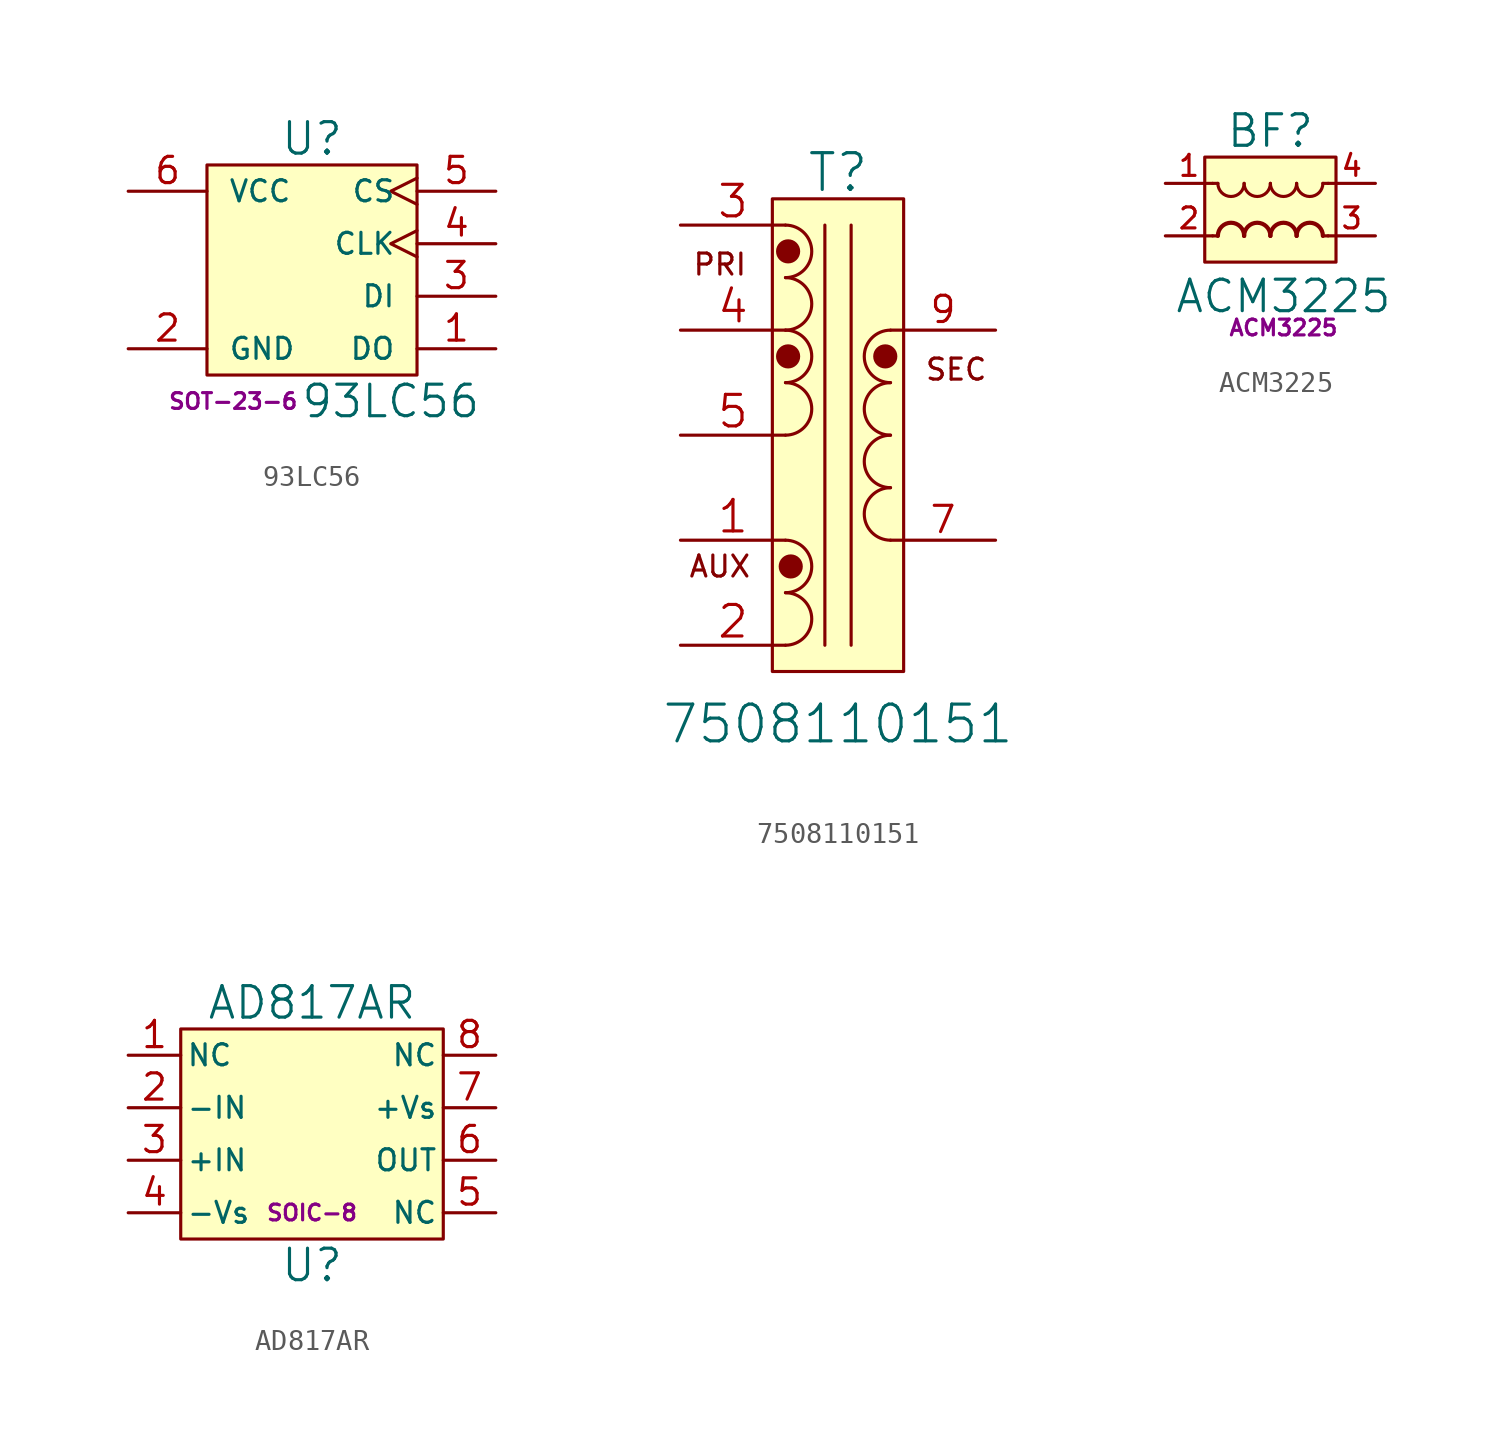
<source format=kicad_sym>
(kicad_symbol_lib
  (version 20220914)
  (generator kicad_symbol_editor)
  (symbol "93LC56"
    (pin_names
      (offset 1.016))
    (property "Reference" "U"
      (at 0 6.35 0)
      (effects (font (size 1.524 1.524))))
    (property "Value" "93LC56"
      (at 3.81 -6.35 0)
      (effects (font (size 1.524 1.524))))
    (property "Footprint" "SOT-23-6"
      (at -3.81 -6.35 0)
      (effects (font (size 0.762 0.762))))
    (property "Datasheet" ""
      (at 0 0 0)
      (effects (font (size 1.524 1.524))))
    (symbol "93LC56_0_1"
      (rectangle (start -5.08 5.08) (end 5.08 -5.08) (stroke (width 0) (type default)) (fill (type background))))
    (symbol "93LC56_1_1"
      (pin input line (at 8.89 -3.81 180) (length 3.81) (name "DO" (effects (font (size 1.016 1.016)))) (number "1" (effects (font (size 1.27 1.27)))))
      (pin input line (at -8.89 -3.81 0) (length 3.81) (name "GND" (effects (font (size 1.016 1.016)))) (number "2" (effects (font (size 1.27 1.27)))))
      (pin input line (at 8.89 -1.27 180) (length 3.81) (name "DI" (effects (font (size 1.016 1.016)))) (number "3" (effects (font (size 1.27 1.27)))))
      (pin input clock (at 8.89 1.27 180) (length 3.81) (name "CLK" (effects (font (size 1.016 1.016)))) (number "4" (effects (font (size 1.27 1.27)))))
      (pin input clock (at 8.89 3.81 180) (length 3.81) (name "CS" (effects (font (size 1.016 1.016)))) (number "5" (effects (font (size 1.27 1.27)))))
      (pin input line (at -8.89 3.81 0) (length 3.81) (name "VCC" (effects (font (size 1.016 1.016)))) (number "6" (effects (font (size 1.27 1.27)))))))
  (symbol "7508110151"
    (pin_names
      (offset 0.254) hide)
    (property "Reference" "T"
      (at 0 12.7 0)
      (effects (font (size 1.778 1.778))))
    (property "Value" "7508110151"
      (at 0 -13.97 0)
      (effects (font (size 1.778 1.778))))
    (property "Footprint" ""
      (at 0 7.62 0)
      (effects (font (size 1.524 1.524))))
    (property "Datasheet" ""
      (at 0 7.62 0)
      (effects (font (size 1.524 1.524))))
    (symbol "7508110151_0_0"
      (text "AUX" (at -5.715 -6.35 0) (effects (font (size 1.016 1.016))))
      (text "PRI" (at -5.715 8.255 0) (effects (font (size 1.016 1.016))))
      (text "SEC" (at 5.715 3.175 0) (effects (font (size 1.016 1.016)))))
    (symbol "7508110151_0_1"
      (rectangle (start -3.175 11.43) (end 3.175 -11.43) (stroke (width 0) (type default)) (fill (type background)))
      (arc (start -2.54 -10.16) (mid -1.2755 -8.89) (end -2.54 -7.62) (stroke (width 0) (type default)) (fill (type none)))
      (arc (start -2.54 -7.62) (mid -1.2755 -6.35) (end -2.54 -5.08) (stroke (width 0) (type default)) (fill (type none)))
      (arc (start -2.54 0) (mid -1.2755 1.27) (end -2.54 2.54) (stroke (width 0) (type default)) (fill (type none)))
      (arc (start -2.54 2.54) (mid -1.2755 3.81) (end -2.54 5.08) (stroke (width 0) (type default)) (fill (type none)))
      (arc (start -2.54 5.08) (mid -1.2755 6.35) (end -2.54 7.62) (stroke (width 0) (type default)) (fill (type none)))
      (arc (start -2.54 7.62) (mid -1.2755 8.89) (end -2.54 10.16) (stroke (width 0) (type default)) (fill (type none)))
      (circle (center -2.413 3.81) (radius 0.508) (stroke (width 0) (type default)) (fill (type outline)))
      (circle (center -2.413 8.89) (radius 0.508) (stroke (width 0) (type default)) (fill (type outline)))
      (circle (center -2.286 -6.35) (radius 0.508) (stroke (width 0) (type default)) (fill (type outline)))
      (polyline (pts (xy -0.635 -10.16) (xy -0.635 10.16)) (stroke (width 0) (type default)) (fill (type none)))
      (polyline (pts (xy 0.635 10.16) (xy 0.635 -10.16)) (stroke (width 0) (type default)) (fill (type none)))
      (circle (center 2.286 3.81) (radius 0.508) (stroke (width 0) (type default)) (fill (type outline)))
      (arc (start 2.54 -2.54) (mid 1.2755 -3.81) (end 2.54 -5.08) (stroke (width 0) (type default)) (fill (type none)))
      (arc (start 2.54 0) (mid 1.2755 -1.27) (end 2.54 -2.54) (stroke (width 0) (type default)) (fill (type none)))
      (arc (start 2.54 2.54) (mid 1.2755 1.27) (end 2.54 0) (stroke (width 0) (type default)) (fill (type none)))
      (arc (start 2.54 5.08) (mid 1.2755 3.81) (end 2.54 2.54) (stroke (width 0) (type default)) (fill (type none))))
    (symbol "7508110151_1_1"
      (pin passive line (at -7.62 -5.08 0) (length 5.08) (name "~" (effects (font (size 1.524 1.524)))) (number "1" (effects (font (size 1.524 1.524)))))
      (pin passive line (at -7.62 -10.16 0) (length 5.08) (name "~" (effects (font (size 1.524 1.524)))) (number "2" (effects (font (size 1.524 1.524)))))
      (pin passive line (at -7.62 10.16 0) (length 5.08) (name "~" (effects (font (size 1.524 1.524)))) (number "3" (effects (font (size 1.524 1.524)))))
      (pin passive line (at -7.62 5.08 0) (length 5.08) (name "~" (effects (font (size 1.524 1.524)))) (number "4" (effects (font (size 1.524 1.524)))))
      (pin passive line (at -7.62 0 0) (length 5.08) (name "~" (effects (font (size 1.524 1.524)))) (number "5" (effects (font (size 1.524 1.524)))))
      (pin input line (at 7.62 -5.08 180) (length 5.08) (name "~" (effects (font (size 1.27 1.27)))) (number "7" (effects (font (size 1.27 1.27)))))
      (pin input line (at 7.62 5.08 180) (length 5.08) (name "~" (effects (font (size 1.27 1.27)))) (number "9" (effects (font (size 1.27 1.27)))))))
  (symbol "ACM3225"
    (pin_names
      (offset 1.016) hide)
    (property "Reference" "BF"
      (at 0 3.81 0)
      (effects (font (size 1.524 1.524))))
    (property "Value" "ACM3225"
      (at 0.635 -4.191 0)
      (effects (font (size 1.524 1.524))))
    (property "Footprint" "ACM3225"
      (at 0.635 -5.715 0)
      (effects (font (size 0.762 0.762))))
    (property "Datasheet" ""
      (at 0 0 0)
      (effects (font (size 1.524 1.524))))
    (symbol "ACM3225_0_1"
      (rectangle (start -3.175 2.54) (end 3.175 -2.54) (stroke (width 0) (type default)) (fill (type background)))
      (arc (start -2.54 1.27) (mid -1.905 0.6377) (end -1.27 1.27) (stroke (width 0) (type default)) (fill (type none)))
      (arc (start -1.27 -1.27) (mid -1.905 -0.6377) (end -2.54 -1.27) (stroke (width 0.2032) (type default)) (fill (type none)))
      (arc (start -1.27 1.27) (mid -0.635 0.6377) (end 0 1.27) (stroke (width 0) (type default)) (fill (type none)))
      (arc (start 0 -1.27) (mid -0.635 -0.6377) (end -1.27 -1.27) (stroke (width 0.2032) (type default)) (fill (type none)))
      (arc (start 0 -1.27) (mid 0 -1.27) (end 0 -1.27) (stroke (width 0) (type default)) (fill (type none)))
      (polyline (pts (xy -2.794 1.27) (xy -2.54 1.27)) (stroke (width 0) (type default)) (fill (type none)))
      (polyline (pts (xy -2.54 -1.27) (xy -2.794 -1.27)) (stroke (width 0) (type default)) (fill (type none)))
      (polyline (pts (xy 2.794 -1.27) (xy 2.54 -1.27)) (stroke (width 0) (type default)) (fill (type none)))
      (polyline (pts (xy 2.794 1.27) (xy 2.54 1.27)) (stroke (width 0) (type default)) (fill (type none)))
      (arc (start 0 1.27) (mid 0.635 0.6377) (end 1.27 1.27) (stroke (width 0) (type default)) (fill (type none)))
      (arc (start 1.27 -1.27) (mid 0.635 -0.6377) (end 0 -1.27) (stroke (width 0.2032) (type default)) (fill (type none)))
      (arc (start 1.27 1.27) (mid 1.905 0.6377) (end 2.54 1.27) (stroke (width 0) (type default)) (fill (type none)))
      (arc (start 2.54 -1.27) (mid 1.905 -0.6377) (end 1.27 -1.27) (stroke (width 0.2032) (type default)) (fill (type none)))
      (pin passive line (at -5.08 1.27 0) (length 2.286) (name "1" (effects (font (size 1.016 1.016)))) (number "1" (effects (font (size 1.016 1.016)))))
      (pin passive line (at -5.08 -1.27 0) (length 2.286) (name "2" (effects (font (size 1.016 1.016)))) (number "2" (effects (font (size 1.016 1.016))))))
    (symbol "ACM3225_1_1"
      (pin passive line (at 5.08 -1.27 180) (length 2.286) (name "3" (effects (font (size 1.016 1.016)))) (number "3" (effects (font (size 1.016 1.016)))))
      (pin passive line (at 5.08 1.27 180) (length 2.286) (name "4" (effects (font (size 1.016 1.016)))) (number "4" (effects (font (size 1.016 1.016)))))))
  (symbol "AD817AR"
    (pin_names
      (offset 0.254))
    (property "Reference" "U"
      (at 0 -6.35 0)
      (effects (font (size 1.524 1.524))))
    (property "Value" "AD817AR"
      (at 0 6.35 0)
      (effects (font (size 1.524 1.524))))
    (property "Footprint" "SOIC-8"
      (at 0 -3.81 0)
      (effects (font (size 0.762 0.762))))
    (property "Datasheet" ""
      (at 0 0 0)
      (effects (font (size 1.524 1.524))))
    (symbol "AD817AR_0_1"
      (rectangle (start -6.35 5.08) (end 6.35 -5.08) (stroke (width 0) (type default)) (fill (type background))))
    (symbol "AD817AR_1_1"
      (pin bidirectional line (at -8.89 3.81 0) (length 2.54) (name "NC" (effects (font (size 1.016 1.016)))) (number "1" (effects (font (size 1.27 1.27)))))
      (pin bidirectional line (at -8.89 1.27 0) (length 2.54) (name "-IN" (effects (font (size 1.016 1.016)))) (number "2" (effects (font (size 1.27 1.27)))))
      (pin bidirectional line (at -8.89 -1.27 0) (length 2.54) (name "+IN" (effects (font (size 1.016 1.016)))) (number "3" (effects (font (size 1.27 1.27)))))
      (pin bidirectional line (at -8.89 -3.81 0) (length 2.54) (name "-Vs" (effects (font (size 1.016 1.016)))) (number "4" (effects (font (size 1.27 1.27)))))
      (pin bidirectional line (at 8.89 -3.81 180) (length 2.54) (name "NC" (effects (font (size 1.016 1.016)))) (number "5" (effects (font (size 1.27 1.27)))))
      (pin bidirectional line (at 8.89 -1.27 180) (length 2.54) (name "OUT" (effects (font (size 1.016 1.016)))) (number "6" (effects (font (size 1.27 1.27)))))
      (pin bidirectional line (at 8.89 1.27 180) (length 2.54) (name "+Vs" (effects (font (size 1.016 1.016)))) (number "7" (effects (font (size 1.27 1.27)))))
      (pin bidirectional line (at 8.89 3.81 180) (length 2.54) (name "NC" (effects (font (size 1.016 1.016)))) (number "8" (effects (font (size 1.27 1.27))))))))
</source>
